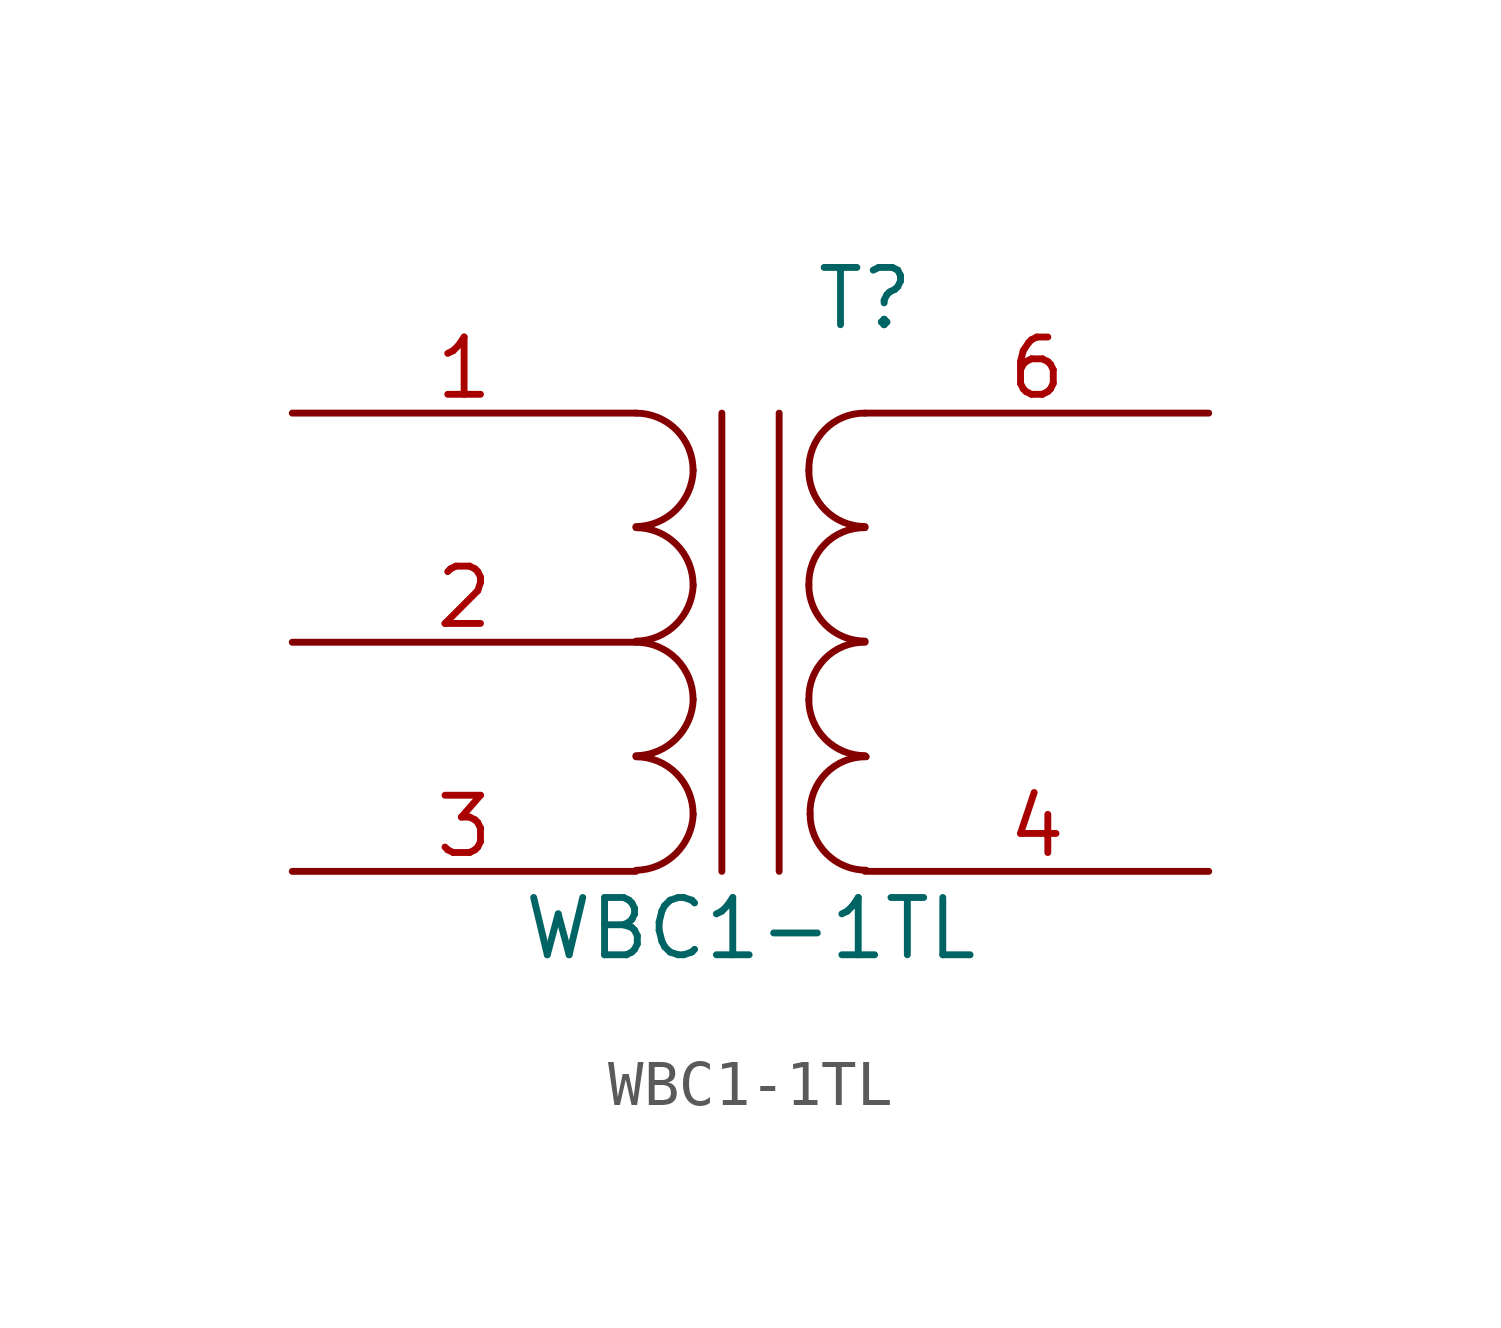
<source format=kicad_sym>
(kicad_symbol_lib
  (version 20220914)
  (generator kicad_symbol_editor)
  (symbol "WBC1-1TL"
    (pin_names hide)
    (property "Reference" "T"
      (at 2.54 7.62 0)
      (effects (font (size 1.27 1.27))))
    (property "Value" " WBC1-1TL"
      (at 0 -6.35 0)
      (effects (font (size 1.27 1.27))))
    (symbol "WBC1-1TL_0_1"
      (arc (start -2.54 -5.0546) (mid -1.6599 -4.6901) (end -1.27 -3.81) (stroke (width 0) (type default)) (fill (type none)))
      (arc (start -2.54 -2.5146) (mid -1.6599 -2.1501) (end -1.27 -1.27) (stroke (width 0) (type default)) (fill (type none)))
      (arc (start -2.54 0.0254) (mid -1.6599 0.3899) (end -1.27 1.27) (stroke (width 0) (type default)) (fill (type none)))
      (arc (start -2.54 2.5654) (mid -1.6599 2.9299) (end -1.27 3.81) (stroke (width 0) (type default)) (fill (type none)))
      (arc (start -1.27 -3.81) (mid -1.642 -2.912) (end -2.54 -2.54) (stroke (width 0) (type default)) (fill (type none)))
      (arc (start -1.27 -1.27) (mid -1.642 -0.372) (end -2.54 0) (stroke (width 0) (type default)) (fill (type none)))
      (arc (start -1.27 1.27) (mid -1.642 2.168) (end -2.54 2.54) (stroke (width 0) (type default)) (fill (type none)))
      (arc (start -1.27 3.81) (mid -1.642 4.708) (end -2.54 5.08) (stroke (width 0) (type default)) (fill (type none)))
      (polyline (pts (xy -0.635 5.08) (xy -0.635 -5.08)) (stroke (width 0) (type default)) (fill (type none)))
      (polyline (pts (xy 0.635 -5.08) (xy 0.635 5.08)) (stroke (width 0) (type default)) (fill (type none)))
      (arc (start 1.2954 -1.27) (mid 1.6599 -2.1501) (end 2.54 -2.5146) (stroke (width 0) (type default)) (fill (type none)))
      (arc (start 1.2954 1.27) (mid 1.6599 0.3899) (end 2.54 0.0254) (stroke (width 0) (type default)) (fill (type none)))
      (arc (start 1.2954 3.81) (mid 1.6599 2.9299) (end 2.54 2.5654) (stroke (width 0) (type default)) (fill (type none)))
      (arc (start 1.3208 -3.81) (mid 1.6853 -4.6901) (end 2.5654 -5.0546) (stroke (width 0) (type default)) (fill (type none)))
      (arc (start 2.54 0) (mid 1.642 -0.372) (end 1.2954 -1.27) (stroke (width 0) (type default)) (fill (type none)))
      (arc (start 2.54 2.54) (mid 1.642 2.168) (end 1.2954 1.27) (stroke (width 0) (type default)) (fill (type none)))
      (arc (start 2.54 5.08) (mid 1.642 4.708) (end 1.2954 3.81) (stroke (width 0) (type default)) (fill (type none)))
      (arc (start 2.5654 -2.54) (mid 1.6674 -2.912) (end 1.3208 -3.81) (stroke (width 0) (type default)) (fill (type none))))
    (symbol "WBC1-1TL_1_1"
      (pin passive line (at -10.16 5.08 0) (length 7.62) (name "PR1" (effects (font (size 1.27 1.27)))) (number "1" (effects (font (size 1.27 1.27)))))
      (pin passive line (at -10.16 0 0) (length 7.62) (name "PM" (effects (font (size 1.27 1.27)))) (number "2" (effects (font (size 1.27 1.27)))))
      (pin passive line (at -10.16 -5.08 0) (length 7.62) (name "PR2" (effects (font (size 1.27 1.27)))) (number "3" (effects (font (size 1.27 1.27)))))
      (pin passive line (at 10.16 -5.08 180) (length 7.62) (name "S1" (effects (font (size 1.27 1.27)))) (number "4" (effects (font (size 1.27 1.27)))))
      (pin passive line (at 10.16 0 180) (length 7.62) hide (name "NC" (effects (font (size 1.27 1.27)))) (number "5" (effects (font (size 1.27 1.27)))))
      (pin passive line (at 10.16 5.08 180) (length 7.62) (name "S2" (effects (font (size 1.27 1.27)))) (number "6" (effects (font (size 1.27 1.27))))))))
</source>
